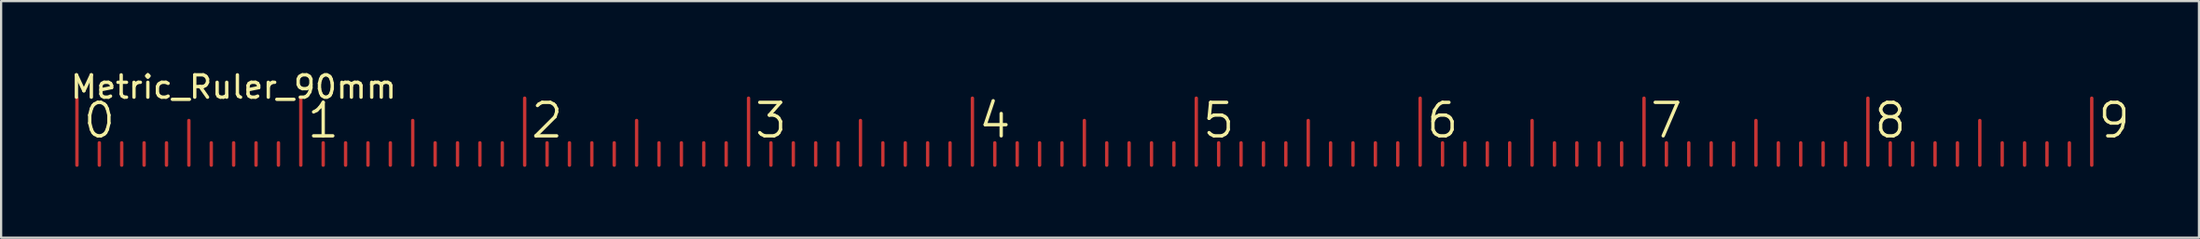
<source format=kicad_pcb>
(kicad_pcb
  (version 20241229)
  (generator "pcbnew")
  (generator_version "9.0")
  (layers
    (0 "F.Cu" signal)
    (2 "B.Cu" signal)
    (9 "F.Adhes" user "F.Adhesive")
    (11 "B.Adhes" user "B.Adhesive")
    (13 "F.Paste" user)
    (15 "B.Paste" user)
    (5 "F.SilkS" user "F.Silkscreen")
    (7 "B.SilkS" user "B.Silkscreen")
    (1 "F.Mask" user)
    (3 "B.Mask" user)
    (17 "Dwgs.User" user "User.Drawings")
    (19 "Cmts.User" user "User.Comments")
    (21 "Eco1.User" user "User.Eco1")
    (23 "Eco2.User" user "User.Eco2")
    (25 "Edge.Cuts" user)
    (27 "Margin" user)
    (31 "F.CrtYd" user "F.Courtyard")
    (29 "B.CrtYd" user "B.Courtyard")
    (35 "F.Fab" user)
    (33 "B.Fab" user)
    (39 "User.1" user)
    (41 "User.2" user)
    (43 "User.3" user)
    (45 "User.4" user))
  (footprint "Metric_Ruler_90mm"
    (layer "F.Cu")
    (at 0.387 4.348)
    (property "Reference" "Metric_Ruler_90mm" (at 7 -3.5 0) (layer "F.SilkS") (effects (font (size 1 1) (thickness 0.15))))
    (attr through_hole)
    (fp_line (start 0 0) (end 0 -3) (stroke (width 0.15) (type solid)) (layer "F.Cu"))
    (fp_line (start 1 0) (end 1 -1) (stroke (width 0.15) (type solid)) (layer "F.Cu"))
    (fp_line (start 2 0) (end 2 -1) (stroke (width 0.15) (type solid)) (layer "F.Cu"))
    (fp_line (start 3 0) (end 3 -1) (stroke (width 0.15) (type solid)) (layer "F.Cu"))
    (fp_line (start 4 0) (end 4 -1) (stroke (width 0.15) (type solid)) (layer "F.Cu"))
    (fp_line (start 5 0) (end 5 -2) (stroke (width 0.15) (type solid)) (layer "F.Cu"))
    (fp_line (start 6 0) (end 6 -1) (stroke (width 0.15) (type solid)) (layer "F.Cu"))
    (fp_line (start 7 0) (end 7 -1) (stroke (width 0.15) (type solid)) (layer "F.Cu"))
    (fp_line (start 8 0) (end 8 -1) (stroke (width 0.15) (type solid)) (layer "F.Cu"))
    (fp_line (start 9 0) (end 9 -1) (stroke (width 0.15) (type solid)) (layer "F.Cu"))
    (fp_line (start 10 0) (end 10 -3) (stroke (width 0.15) (type solid)) (layer "F.Cu"))
    (fp_line (start 11 0) (end 11 -1) (stroke (width 0.15) (type solid)) (layer "F.Cu"))
    (fp_line (start 12 0) (end 12 -1) (stroke (width 0.15) (type solid)) (layer "F.Cu"))
    (fp_line (start 13 0) (end 13 -1) (stroke (width 0.15) (type solid)) (layer "F.Cu"))
    (fp_line (start 14 0) (end 14 -1) (stroke (width 0.15) (type solid)) (layer "F.Cu"))
    (fp_line (start 15 0) (end 15 -2) (stroke (width 0.15) (type solid)) (layer "F.Cu"))
    (fp_line (start 16 0) (end 16 -1) (stroke (width 0.15) (type solid)) (layer "F.Cu"))
    (fp_line (start 17 0) (end 17 -1) (stroke (width 0.15) (type solid)) (layer "F.Cu"))
    (fp_line (start 18 0) (end 18 -1) (stroke (width 0.15) (type solid)) (layer "F.Cu"))
    (fp_line (start 19 0) (end 19 -1) (stroke (width 0.15) (type solid)) (layer "F.Cu"))
    (fp_line (start 20 0) (end 20 -3) (stroke (width 0.15) (type solid)) (layer "F.Cu"))
    (fp_line (start 21 0) (end 21 -1) (stroke (width 0.15) (type solid)) (layer "F.Cu"))
    (fp_line (start 22 0) (end 22 -1) (stroke (width 0.15) (type solid)) (layer "F.Cu"))
    (fp_line (start 23 0) (end 23 -1) (stroke (width 0.15) (type solid)) (layer "F.Cu"))
    (fp_line (start 24 0) (end 24 -1) (stroke (width 0.15) (type solid)) (layer "F.Cu"))
    (fp_line (start 25 0) (end 25 -2) (stroke (width 0.15) (type solid)) (layer "F.Cu"))
    (fp_line (start 26 0) (end 26 -1) (stroke (width 0.15) (type solid)) (layer "F.Cu"))
    (fp_line (start 27 0) (end 27 -1) (stroke (width 0.15) (type solid)) (layer "F.Cu"))
    (fp_line (start 28 0) (end 28 -1) (stroke (width 0.15) (type solid)) (layer "F.Cu"))
    (fp_line (start 29 0) (end 29 -1) (stroke (width 0.15) (type solid)) (layer "F.Cu"))
    (fp_line (start 30 0) (end 30 -3) (stroke (width 0.15) (type solid)) (layer "F.Cu"))
    (fp_line (start 31 0) (end 31 -1) (stroke (width 0.15) (type solid)) (layer "F.Cu"))
    (fp_line (start 32 0) (end 32 -1) (stroke (width 0.15) (type solid)) (layer "F.Cu"))
    (fp_line (start 33 0) (end 33 -1) (stroke (width 0.15) (type solid)) (layer "F.Cu"))
    (fp_line (start 34 0) (end 34 -1) (stroke (width 0.15) (type solid)) (layer "F.Cu"))
    (fp_line (start 35 0) (end 35 -2) (stroke (width 0.15) (type solid)) (layer "F.Cu"))
    (fp_line (start 36 0) (end 36 -1) (stroke (width 0.15) (type solid)) (layer "F.Cu"))
    (fp_line (start 37 0) (end 37 -1) (stroke (width 0.15) (type solid)) (layer "F.Cu"))
    (fp_line (start 38 0) (end 38 -1) (stroke (width 0.15) (type solid)) (layer "F.Cu"))
    (fp_line (start 39 0) (end 39 -1) (stroke (width 0.15) (type solid)) (layer "F.Cu"))
    (fp_line (start 40 0) (end 40 -3) (stroke (width 0.15) (type solid)) (layer "F.Cu"))
    (fp_line (start 41 0) (end 41 -1) (stroke (width 0.15) (type solid)) (layer "F.Cu"))
    (fp_line (start 42 0) (end 42 -1) (stroke (width 0.15) (type solid)) (layer "F.Cu"))
    (fp_line (start 43 0) (end 43 -1) (stroke (width 0.15) (type solid)) (layer "F.Cu"))
    (fp_line (start 44 0) (end 44 -1) (stroke (width 0.15) (type solid)) (layer "F.Cu"))
    (fp_line (start 45 0) (end 45 -2) (stroke (width 0.15) (type solid)) (layer "F.Cu"))
    (fp_line (start 46 0) (end 46 -1) (stroke (width 0.15) (type solid)) (layer "F.Cu"))
    (fp_line (start 47 0) (end 47 -1) (stroke (width 0.15) (type solid)) (layer "F.Cu"))
    (fp_line (start 48 0) (end 48 -1) (stroke (width 0.15) (type solid)) (layer "F.Cu"))
    (fp_line (start 49 0) (end 49 -1) (stroke (width 0.15) (type solid)) (layer "F.Cu"))
    (fp_line (start 50 0) (end 50 -3) (stroke (width 0.15) (type solid)) (layer "F.Cu"))
    (fp_line (start 51 0) (end 51 -1) (stroke (width 0.15) (type solid)) (layer "F.Cu"))
    (fp_line (start 52 0) (end 52 -1) (stroke (width 0.15) (type solid)) (layer "F.Cu"))
    (fp_line (start 53 0) (end 53 -1) (stroke (width 0.15) (type solid)) (layer "F.Cu"))
    (fp_line (start 54 0) (end 54 -1) (stroke (width 0.15) (type solid)) (layer "F.Cu"))
    (fp_line (start 55 0) (end 55 -2) (stroke (width 0.15) (type solid)) (layer "F.Cu"))
    (fp_line (start 56 0) (end 56 -1) (stroke (width 0.15) (type solid)) (layer "F.Cu"))
    (fp_line (start 57 0) (end 57 -1) (stroke (width 0.15) (type solid)) (layer "F.Cu"))
    (fp_line (start 58 0) (end 58 -1) (stroke (width 0.15) (type solid)) (layer "F.Cu"))
    (fp_line (start 59 0) (end 59 -1) (stroke (width 0.15) (type solid)) (layer "F.Cu"))
    (fp_line (start 60 0) (end 60 -3) (stroke (width 0.15) (type solid)) (layer "F.Cu"))
    (fp_line (start 61 0) (end 61 -1) (stroke (width 0.15) (type solid)) (layer "F.Cu"))
    (fp_line (start 62 0) (end 62 -1) (stroke (width 0.15) (type solid)) (layer "F.Cu"))
    (fp_line (start 63 0) (end 63 -1) (stroke (width 0.15) (type solid)) (layer "F.Cu"))
    (fp_line (start 64 0) (end 64 -1) (stroke (width 0.15) (type solid)) (layer "F.Cu"))
    (fp_line (start 65 0) (end 65 -2) (stroke (width 0.15) (type solid)) (layer "F.Cu"))
    (fp_line (start 66 0) (end 66 -1) (stroke (width 0.15) (type solid)) (layer "F.Cu"))
    (fp_line (start 67 0) (end 67 -1) (stroke (width 0.15) (type solid)) (layer "F.Cu"))
    (fp_line (start 68 0) (end 68 -1) (stroke (width 0.15) (type solid)) (layer "F.Cu"))
    (fp_line (start 69 0) (end 69 -1) (stroke (width 0.15) (type solid)) (layer "F.Cu"))
    (fp_line (start 70 0) (end 70 -3) (stroke (width 0.15) (type solid)) (layer "F.Cu"))
    (fp_line (start 71 0) (end 71 -1) (stroke (width 0.15) (type solid)) (layer "F.Cu"))
    (fp_line (start 72 0) (end 72 -1) (stroke (width 0.15) (type solid)) (layer "F.Cu"))
    (fp_line (start 73 0) (end 73 -1) (stroke (width 0.15) (type solid)) (layer "F.Cu"))
    (fp_line (start 74 0) (end 74 -1) (stroke (width 0.15) (type solid)) (layer "F.Cu"))
    (fp_line (start 75 0) (end 75 -2) (stroke (width 0.15) (type solid)) (layer "F.Cu"))
    (fp_line (start 76 0) (end 76 -1) (stroke (width 0.15) (type solid)) (layer "F.Cu"))
    (fp_line (start 77 0) (end 77 -1) (stroke (width 0.15) (type solid)) (layer "F.Cu"))
    (fp_line (start 78 0) (end 78 -1) (stroke (width 0.15) (type solid)) (layer "F.Cu"))
    (fp_line (start 79 0) (end 79 -1) (stroke (width 0.15) (type solid)) (layer "F.Cu"))
    (fp_line (start 80 0) (end 80 -3) (stroke (width 0.15) (type solid)) (layer "F.Cu"))
    (fp_line (start 81 0) (end 81 -1) (stroke (width 0.15) (type solid)) (layer "F.Cu"))
    (fp_line (start 82 0) (end 82 -1) (stroke (width 0.15) (type solid)) (layer "F.Cu"))
    (fp_line (start 83 0) (end 83 -1) (stroke (width 0.15) (type solid)) (layer "F.Cu"))
    (fp_line (start 84 0) (end 84 -1) (stroke (width 0.15) (type solid)) (layer "F.Cu"))
    (fp_line (start 85 0) (end 85 -2) (stroke (width 0.15) (type solid)) (layer "F.Cu"))
    (fp_line (start 86 0) (end 86 -1) (stroke (width 0.15) (type solid)) (layer "F.Cu"))
    (fp_line (start 87 0) (end 87 -1) (stroke (width 0.15) (type solid)) (layer "F.Cu"))
    (fp_line (start 88 0) (end 88 -1) (stroke (width 0.15) (type solid)) (layer "F.Cu"))
    (fp_line (start 89 0) (end 89 -1) (stroke (width 0.15) (type solid)) (layer "F.Cu"))
    (fp_line (start 90 0) (end 90 -3) (stroke (width 0.15) (type solid)) (layer "F.Cu"))
    (fp_line (start 0 -3) (end 0 -3) (stroke (width 0.15) (type solid)) (layer "F.Mask"))
    (fp_line (start 0 0) (end 0 -3) (stroke (width 0.15) (type solid)) (layer "F.Mask"))
    (fp_line (start 1 0) (end 1 -1) (stroke (width 0.15) (type solid)) (layer "F.Mask"))
    (fp_line (start 2 0) (end 2 -1) (stroke (width 0.15) (type solid)) (layer "F.Mask"))
    (fp_line (start 3 0) (end 3 -1) (stroke (width 0.15) (type solid)) (layer "F.Mask"))
    (fp_line (start 4 0) (end 4 -1) (stroke (width 0.15) (type solid)) (layer "F.Mask"))
    (fp_line (start 5 0) (end 5 -2) (stroke (width 0.15) (type solid)) (layer "F.Mask"))
    (fp_line (start 6 0) (end 6 -1) (stroke (width 0.15) (type solid)) (layer "F.Mask"))
    (fp_line (start 7 0) (end 7 -1) (stroke (width 0.15) (type solid)) (layer "F.Mask"))
    (fp_line (start 8 0) (end 8 -1) (stroke (width 0.15) (type solid)) (layer "F.Mask"))
    (fp_line (start 9 0) (end 9 -1) (stroke (width 0.15) (type solid)) (layer "F.Mask"))
    (fp_line (start 10 0) (end 10 -3) (stroke (width 0.15) (type solid)) (layer "F.Mask"))
    (fp_line (start 11 0) (end 11 -1) (stroke (width 0.15) (type solid)) (layer "F.Mask"))
    (fp_line (start 12 0) (end 12 -1) (stroke (width 0.15) (type solid)) (layer "F.Mask"))
    (fp_line (start 13 0) (end 13 -1) (stroke (width 0.15) (type solid)) (layer "F.Mask"))
    (fp_line (start 14 0) (end 14 -1) (stroke (width 0.15) (type solid)) (layer "F.Mask"))
    (fp_line (start 15 0) (end 15 -2) (stroke (width 0.15) (type solid)) (layer "F.Mask"))
    (fp_line (start 16 0) (end 16 -1) (stroke (width 0.15) (type solid)) (layer "F.Mask"))
    (fp_line (start 17 0) (end 17 -1) (stroke (width 0.15) (type solid)) (layer "F.Mask"))
    (fp_line (start 18 0) (end 18 -1) (stroke (width 0.15) (type solid)) (layer "F.Mask"))
    (fp_line (start 19 0) (end 19 -1) (stroke (width 0.15) (type solid)) (layer "F.Mask"))
    (fp_line (start 20 0) (end 20 -3) (stroke (width 0.15) (type solid)) (layer "F.Mask"))
    (fp_line (start 21 0) (end 21 -1) (stroke (width 0.15) (type solid)) (layer "F.Mask"))
    (fp_line (start 22 0) (end 22 -1) (stroke (width 0.15) (type solid)) (layer "F.Mask"))
    (fp_line (start 23 0) (end 23 -1) (stroke (width 0.15) (type solid)) (layer "F.Mask"))
    (fp_line (start 24 0) (end 24 -1) (stroke (width 0.15) (type solid)) (layer "F.Mask"))
    (fp_line (start 25 0) (end 25 -2) (stroke (width 0.15) (type solid)) (layer "F.Mask"))
    (fp_line (start 26 0) (end 26 -1) (stroke (width 0.15) (type solid)) (layer "F.Mask"))
    (fp_line (start 27 0) (end 27 -1) (stroke (width 0.15) (type solid)) (layer "F.Mask"))
    (fp_line (start 28 0) (end 28 -1) (stroke (width 0.15) (type solid)) (layer "F.Mask"))
    (fp_line (start 29 0) (end 29 -1) (stroke (width 0.15) (type solid)) (layer "F.Mask"))
    (fp_line (start 30 0) (end 30 -3) (stroke (width 0.15) (type solid)) (layer "F.Mask"))
    (fp_line (start 31 0) (end 31 -1) (stroke (width 0.15) (type solid)) (layer "F.Mask"))
    (fp_line (start 32 0) (end 32 -1) (stroke (width 0.15) (type solid)) (layer "F.Mask"))
    (fp_line (start 33 0) (end 33 -1) (stroke (width 0.15) (type solid)) (layer "F.Mask"))
    (fp_line (start 34 0) (end 34 -1) (stroke (width 0.15) (type solid)) (layer "F.Mask"))
    (fp_line (start 35 0) (end 35 -2) (stroke (width 0.15) (type solid)) (layer "F.Mask"))
    (fp_line (start 36 0) (end 36 -1) (stroke (width 0.15) (type solid)) (layer "F.Mask"))
    (fp_line (start 37 0) (end 37 -1) (stroke (width 0.15) (type solid)) (layer "F.Mask"))
    (fp_line (start 38 0) (end 38 -1) (stroke (width 0.15) (type solid)) (layer "F.Mask"))
    (fp_line (start 39 0) (end 39 -1) (stroke (width 0.15) (type solid)) (layer "F.Mask"))
    (fp_line (start 40 0) (end 40 -3) (stroke (width 0.15) (type solid)) (layer "F.Mask"))
    (fp_line (start 41 0) (end 41 -1) (stroke (width 0.15) (type solid)) (layer "F.Mask"))
    (fp_line (start 42 0) (end 42 -1) (stroke (width 0.15) (type solid)) (layer "F.Mask"))
    (fp_line (start 43 0) (end 43 -1) (stroke (width 0.15) (type solid)) (layer "F.Mask"))
    (fp_line (start 44 0) (end 44 -1) (stroke (width 0.15) (type solid)) (layer "F.Mask"))
    (fp_line (start 45 0) (end 45 -2) (stroke (width 0.15) (type solid)) (layer "F.Mask"))
    (fp_line (start 46 0) (end 46 -1) (stroke (width 0.15) (type solid)) (layer "F.Mask"))
    (fp_line (start 47 0) (end 47 -1) (stroke (width 0.15) (type solid)) (layer "F.Mask"))
    (fp_line (start 48 0) (end 48 -1) (stroke (width 0.15) (type solid)) (layer "F.Mask"))
    (fp_line (start 49 0) (end 49 -1) (stroke (width 0.15) (type solid)) (layer "F.Mask"))
    (fp_line (start 50 0) (end 50 -3) (stroke (width 0.15) (type solid)) (layer "F.Mask"))
    (fp_line (start 51 0) (end 51 -1) (stroke (width 0.15) (type solid)) (layer "F.Mask"))
    (fp_line (start 52 0) (end 52 -1) (stroke (width 0.15) (type solid)) (layer "F.Mask"))
    (fp_line (start 53 0) (end 53 -1) (stroke (width 0.15) (type solid)) (layer "F.Mask"))
    (fp_line (start 54 0) (end 54 -1) (stroke (width 0.15) (type solid)) (layer "F.Mask"))
    (fp_line (start 55 0) (end 55 -2) (stroke (width 0.15) (type solid)) (layer "F.Mask"))
    (fp_line (start 56 0) (end 56 -1) (stroke (width 0.15) (type solid)) (layer "F.Mask"))
    (fp_line (start 57 0) (end 57 -1) (stroke (width 0.15) (type solid)) (layer "F.Mask"))
    (fp_line (start 58 0) (end 58 -1) (stroke (width 0.15) (type solid)) (layer "F.Mask"))
    (fp_line (start 59 0) (end 59 -1) (stroke (width 0.15) (type solid)) (layer "F.Mask"))
    (fp_line (start 60 0) (end 60 -3) (stroke (width 0.15) (type solid)) (layer "F.Mask"))
    (fp_line (start 61 0) (end 61 -1) (stroke (width 0.15) (type solid)) (layer "F.Mask"))
    (fp_line (start 62 0) (end 62 -1) (stroke (width 0.15) (type solid)) (layer "F.Mask"))
    (fp_line (start 63 0) (end 63 -1) (stroke (width 0.15) (type solid)) (layer "F.Mask"))
    (fp_line (start 64 0) (end 64 -1) (stroke (width 0.15) (type solid)) (layer "F.Mask"))
    (fp_line (start 65 0) (end 65 -2) (stroke (width 0.15) (type solid)) (layer "F.Mask"))
    (fp_line (start 66 0) (end 66 -1) (stroke (width 0.15) (type solid)) (layer "F.Mask"))
    (fp_line (start 67 0) (end 67 -1) (stroke (width 0.15) (type solid)) (layer "F.Mask"))
    (fp_line (start 68 0) (end 68 -1) (stroke (width 0.15) (type solid)) (layer "F.Mask"))
    (fp_line (start 69 0) (end 69 -1) (stroke (width 0.15) (type solid)) (layer "F.Mask"))
    (fp_line (start 70 0) (end 70 -3) (stroke (width 0.15) (type solid)) (layer "F.Mask"))
    (fp_line (start 71 0) (end 71 -1) (stroke (width 0.15) (type solid)) (layer "F.Mask"))
    (fp_line (start 72 0) (end 72 -1) (stroke (width 0.15) (type solid)) (layer "F.Mask"))
    (fp_line (start 73 0) (end 73 -1) (stroke (width 0.15) (type solid)) (layer "F.Mask"))
    (fp_line (start 74 0) (end 74 -1) (stroke (width 0.15) (type solid)) (layer "F.Mask"))
    (fp_line (start 75 0) (end 75 -2) (stroke (width 0.15) (type solid)) (layer "F.Mask"))
    (fp_line (start 76 0) (end 76 -1) (stroke (width 0.15) (type solid)) (layer "F.Mask"))
    (fp_line (start 77 0) (end 77 -1) (stroke (width 0.15) (type solid)) (layer "F.Mask"))
    (fp_line (start 78 0) (end 78 -1) (stroke (width 0.15) (type solid)) (layer "F.Mask"))
    (fp_line (start 79 0) (end 79 -1) (stroke (width 0.15) (type solid)) (layer "F.Mask"))
    (fp_line (start 80 0) (end 80 -3) (stroke (width 0.15) (type solid)) (layer "F.Mask"))
    (fp_line (start 81 0) (end 81 -1) (stroke (width 0.15) (type solid)) (layer "F.Mask"))
    (fp_line (start 82 0) (end 82 -1) (stroke (width 0.15) (type solid)) (layer "F.Mask"))
    (fp_line (start 83 0) (end 83 -1) (stroke (width 0.15) (type solid)) (layer "F.Mask"))
    (fp_line (start 84 0) (end 84 -1) (stroke (width 0.15) (type solid)) (layer "F.Mask"))
    (fp_line (start 85 0) (end 85 -2) (stroke (width 0.15) (type solid)) (layer "F.Mask"))
    (fp_line (start 86 0) (end 86 -1) (stroke (width 0.15) (type solid)) (layer "F.Mask"))
    (fp_line (start 87 0) (end 87 -1) (stroke (width 0.15) (type solid)) (layer "F.Mask"))
    (fp_line (start 88 0) (end 88 -1) (stroke (width 0.15) (type solid)) (layer "F.Mask"))
    (fp_line (start 89 0) (end 89 -1) (stroke (width 0.15) (type solid)) (layer "F.Mask"))
    (fp_line (start 90 0) (end 90 -3) (stroke (width 0.15) (type solid)) (layer "F.Mask"))
    (fp_text user "5" (at 51 -2 0) (layer "F.SilkS") (effects (font (size 1.5 1.5) (thickness 0.15))))
    (fp_text user "9" (at 91 -2 0) (layer "F.SilkS") (effects (font (size 1.5 1.5) (thickness 0.15))))
    (fp_text user "8" (at 81 -2 0) (layer "F.SilkS") (effects (font (size 1.5 1.5) (thickness 0.15))))
    (fp_text user "0" (at 1 -2 0) (layer "F.SilkS") (effects (font (size 1.5 1.5) (thickness 0.15))))
    (fp_text user "3" (at 31 -2 0) (layer "F.SilkS") (effects (font (size 1.5 1.5) (thickness 0.15))))
    (fp_text user "7" (at 71 -2 0) (layer "F.SilkS") (effects (font (size 1.5 1.5) (thickness 0.15))))
    (fp_text user "1" (at 11 -2 0) (layer "F.SilkS") (effects (font (size 1.5 1.5) (thickness 0.15))))
    (fp_text user "6" (at 61 -2 0) (layer "F.SilkS") (effects (font (size 1.5 1.5) (thickness 0.15))))
    (fp_text user "2" (at 21 -2 0) (layer "F.SilkS") (effects (font (size 1.5 1.5) (thickness 0.15))))
    (fp_text user "4" (at 41 -2 0) (layer "F.SilkS") (effects (font (size 1.5 1.5) (thickness 0.15)))))
  (gr_rect
    (start -3 -3)
    (end 95.176 7.598)
    (stroke (width 0.1) (type default))
    (fill no)
    (layer "Edge.Cuts")))
</source>
